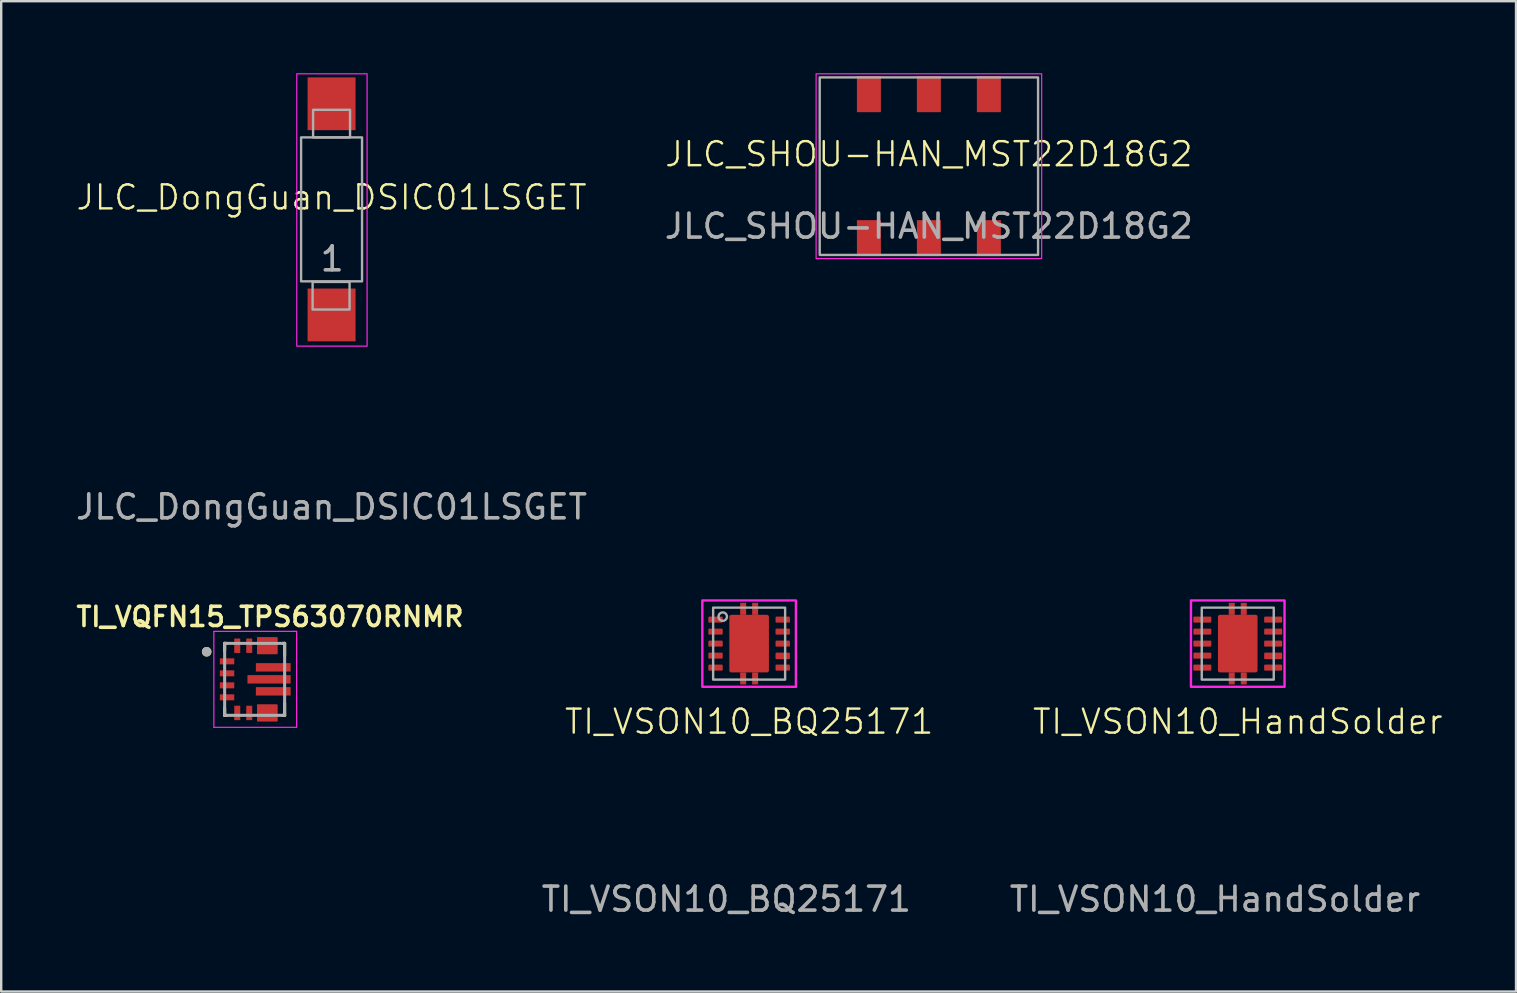
<source format=kicad_pcb>
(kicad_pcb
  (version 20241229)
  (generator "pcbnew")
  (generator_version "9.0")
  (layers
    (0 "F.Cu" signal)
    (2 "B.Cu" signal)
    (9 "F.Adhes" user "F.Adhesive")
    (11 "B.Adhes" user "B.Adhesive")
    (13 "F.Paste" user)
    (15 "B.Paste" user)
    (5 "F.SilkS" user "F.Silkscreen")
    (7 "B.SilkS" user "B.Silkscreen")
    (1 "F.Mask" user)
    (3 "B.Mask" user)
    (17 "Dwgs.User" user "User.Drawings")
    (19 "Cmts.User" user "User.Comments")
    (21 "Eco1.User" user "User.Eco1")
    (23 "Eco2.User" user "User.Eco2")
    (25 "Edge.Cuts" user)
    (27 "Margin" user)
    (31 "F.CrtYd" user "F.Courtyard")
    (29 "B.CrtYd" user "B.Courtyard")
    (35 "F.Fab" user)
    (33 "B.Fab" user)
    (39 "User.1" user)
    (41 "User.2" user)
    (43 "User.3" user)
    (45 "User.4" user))
  (footprint "JLC_SHOU-HAN_MST22D18G2"
    (layer "F.Cu")
    (at 35.661 3.875)
    (property "Reference" "JLC_SHOU-HAN_MST22D18G2" (at 0 -0.5 0) (unlocked yes) (layer "F.SilkS") (effects (font (size 1 1) (thickness 0.1))))
    (attr smd)
    (fp_rect (start -4.7 -3.85) (end 4.7 3.85) (stroke (width 0.05) (type default)) (fill no) (layer "F.CrtYd"))
    (fp_rect (start -4.55 -3.7) (end 4.55 3.7) (stroke (width 0.1) (type solid)) (fill no) (layer "F.Fab"))
    (fp_text user "${REFERENCE}" (at 0 2.5 0) (unlocked yes) (layer "F.Fab") (effects (font (size 1 1) (thickness 0.15))))
    (pad "1" smd rect (at -2.5 3) (size 1 1.5) (layers "F.Cu" "F.Mask" "F.Paste"))
    (pad "2" smd rect (at 0 3) (size 1 1.5) (layers "F.Cu" "F.Mask" "F.Paste"))
    (pad "3" smd rect (at 2.5 3) (size 1 1.5) (layers "F.Cu" "F.Mask" "F.Paste"))
    (pad "4" smd rect (at 2.5 -3) (size 1 1.5) (layers "F.Cu" "F.Mask" "F.Paste"))
    (pad "5" smd rect (at 0 -3) (size 1 1.5) (layers "F.Cu" "F.Mask" "F.Paste"))
    (pad "6" smd rect (at -2.5 -3) (size 1 1.5) (layers "F.Cu" "F.Mask" "F.Paste")))
  (footprint "TI_VSON10_HandSolder"
    (layer "F.Cu")
    (at 48.533 23.773)
    (property "Reference" "TI_VSON10_HandSolder" (at 0 3.25 0) (unlocked yes) (layer "F.SilkS") (effects (font (size 1 1) (thickness 0.1))))
    (attr smd)
    (fp_rect (start -1.95 -1.8) (end 1.95 1.8) (stroke (width 0.1) (type solid)) (fill no) (layer "F.CrtYd"))
    (fp_rect (start -1.5 -1.5) (end 1.5 1.5) (stroke (width 0.1) (type solid)) (fill no) (layer "F.Fab"))
    (fp_text user "${REFERENCE}" (at -0.95 10.65 0) (unlocked yes) (layer "F.Fab") (effects (font (size 1 1) (thickness 0.15))))
    (pad "1" smd roundrect (at -1.475 -1) (size 0.75 0.25) (layers "F.Cu" "F.Mask" "F.Paste") (roundrect_rratio 0.15))
    (pad "2" smd roundrect (at -1.475 -0.5) (size 0.75 0.25) (layers "F.Cu" "F.Mask" "F.Paste") (roundrect_rratio 0.15))
    (pad "3" smd roundrect (at -1.475 0) (size 0.75 0.25) (layers "F.Cu" "F.Mask" "F.Paste") (roundrect_rratio 0.15))
    (pad "4" smd roundrect (at -1.475 0.5) (size 0.75 0.25) (layers "F.Cu" "F.Mask" "F.Paste") (roundrect_rratio 0.15))
    (pad "5" smd roundrect (at -1.475 1) (size 0.75 0.25) (layers "F.Cu" "F.Mask" "F.Paste") (roundrect_rratio 0.15))
    (pad "6" smd roundrect (at 1.475 1) (size 0.75 0.25) (layers "F.Cu" "F.Mask" "F.Paste") (roundrect_rratio 0.15))
    (pad "7" smd roundrect (at 1.475 0.512) (size 0.75 0.275) (layers "F.Cu" "F.Mask" "F.Paste") (roundrect_rratio 0.15))
    (pad "8" smd roundrect (at 1.475 0) (size 0.75 0.25) (layers "F.Cu" "F.Mask" "F.Paste") (roundrect_rratio 0.15))
    (pad "9" smd roundrect (at 1.475 -0.5) (size 0.75 0.25) (layers "F.Cu" "F.Mask" "F.Paste") (roundrect_rratio 0.15))
    (pad "10" smd roundrect (at 1.475 -1) (size 0.75 0.25) (layers "F.Cu" "F.Mask" "F.Paste") (roundrect_rratio 0.15))
    (pad "GND" smd rect (at -0.25 -1.45) (size 0.25 0.5) (layers "F.Cu" "F.Mask" "F.Paste"))
    (pad "GND" smd rect (at -0.25 1.45) (size 0.25 0.5) (layers "F.Cu" "F.Mask" "F.Paste"))
    (pad "GND" smd roundrect (at 0 0) (size 1.65 2.4) (layers "F.Cu" "F.Mask" "F.Paste") (roundrect_rratio 0.05))
    (pad "GND" smd rect (at 0.25 -1.45) (size 0.25 0.5) (layers "F.Cu" "F.Mask" "F.Paste"))
    (pad "GND" smd rect (at 0.25 1.45) (size 0.25 0.5) (layers "F.Cu" "F.Mask" "F.Paste")))
  (footprint "TI_VQFN15_TPS63070RNMR"
    (layer "F.Cu")
    (at 7.562 25.262)
    (property "Reference" "TI_VQFN15_TPS63070RNMR" (at 0.64 -2.608 0) (layer "F.SilkS") (effects (font (size 0.8 0.8) (thickness 0.15))))
    (attr smd)
    (fp_poly (pts (xy -1.5 -0.925) (xy -0.8 -0.925) (xy -0.8 -0.575) (xy -1.5 -0.575)) (stroke (width 0.01) (type solid)) (fill yes) (layer "F.Mask"))
    (fp_poly (pts (xy -1.5 -0.425) (xy -0.8 -0.425) (xy -0.8 -0.075) (xy -1.5 -0.075)) (stroke (width 0.01) (type solid)) (fill yes) (layer "F.Mask"))
    (fp_poly (pts (xy -1.5 0.075) (xy -0.8 0.075) (xy -0.8 0.425) (xy -1.5 0.425)) (stroke (width 0.01) (type solid)) (fill yes) (layer "F.Mask"))
    (fp_poly (pts (xy -1.5 0.575) (xy -0.8 0.575) (xy -0.8 0.925) (xy -1.5 0.925)) (stroke (width 0.01) (type solid)) (fill yes) (layer "F.Mask"))
    (fp_poly (pts (xy -0.9 -1.75) (xy -0.55 -1.75) (xy -0.55 -1.05) (xy -0.9 -1.05)) (stroke (width 0.01) (type solid)) (fill yes) (layer "F.Mask"))
    (fp_poly (pts (xy -0.9 1.05) (xy -0.55 1.05) (xy -0.55 1.75) (xy -0.9 1.75)) (stroke (width 0.01) (type solid)) (fill yes) (layer "F.Mask"))
    (fp_poly (pts (xy -0.4 -1.75) (xy -0.05 -1.75) (xy -0.05 -1.05) (xy -0.4 -1.05)) (stroke (width 0.01) (type solid)) (fill yes) (layer "F.Mask"))
    (fp_poly (pts (xy -0.4 1.05) (xy -0.05 1.05) (xy -0.05 1.75) (xy -0.4 1.75)) (stroke (width 0.01) (type solid)) (fill yes) (layer "F.Mask"))
    (fp_poly (pts (xy -0.25 -0.125) (xy 1.45 -0.125) (xy 1.45 0.125) (xy -0.25 0.125)) (stroke (width 0.01) (type solid)) (fill yes) (layer "F.Mask"))
    (fp_poly (pts (xy 0.1 -0.625) (xy 1.45 -0.625) (xy 1.45 -0.375) (xy 0.1 -0.375)) (stroke (width 0.01) (type solid)) (fill yes) (layer "F.Mask"))
    (fp_poly (pts (xy 0.1 0.375) (xy 1.45 0.375) (xy 1.45 0.625) (xy 0.1 0.625)) (stroke (width 0.01) (type solid)) (fill yes) (layer "F.Mask"))
    (fp_poly (pts (xy 0.15 1.1) (xy 0.9 1.1) (xy 0.9 1.7) (xy 0.65 1.7) (xy 0.65 1.35) (xy 0.4 1.35) (xy 0.4 1.7) (xy 0.15 1.7)) (stroke (width 0.01) (type solid)) (fill yes) (layer "F.Mask"))
    (fp_poly (pts (xy 0.9 -1.1) (xy 0.15 -1.1) (xy 0.15 -1.7) (xy 0.4 -1.7) (xy 0.4 -1.35) (xy 0.65 -1.35) (xy 0.65 -1.7) (xy 0.9 -1.7)) (stroke (width 0.01) (type solid)) (fill yes) (layer "F.Mask"))
    (fp_line (start -1.25 -1.5) (end -1.25 -1.195) (stroke (width 0.127) (type solid)) (layer "F.SilkS"))
    (fp_line (start -1.25 1.5) (end -1.25 1.195) (stroke (width 0.127) (type solid)) (layer "F.SilkS"))
    (fp_line (start -1.17 -1.5) (end -1.25 -1.5) (stroke (width 0.127) (type solid)) (layer "F.SilkS"))
    (fp_line (start -1.17 1.5) (end -1.25 1.5) (stroke (width 0.127) (type solid)) (layer "F.SilkS"))
    (fp_line (start 1.17 -1.5) (end 1.25 -1.5) (stroke (width 0.127) (type solid)) (layer "F.SilkS"))
    (fp_line (start 1.25 -1.5) (end 1.25 -0.995) (stroke (width 0.127) (type solid)) (layer "F.SilkS"))
    (fp_line (start 1.25 0.995) (end 1.25 1.5) (stroke (width 0.127) (type solid)) (layer "F.SilkS"))
    (fp_line (start 1.25 1.5) (end 1.17 1.5) (stroke (width 0.127) (type solid)) (layer "F.SilkS"))
    (fp_circle (center -2 -1.15) (end -1.9 -1.15) (stroke (width 0.2) (type solid)) (fill no) (layer "F.SilkS"))
    (fp_poly (pts (xy -0.22 -0.125) (xy 0.5 -0.125) (xy 0.5 0.125) (xy -0.22 0.125)) (stroke (width 0.01) (type solid)) (fill yes) (layer "F.Paste"))
    (fp_poly (pts (xy 0.101 -0.625) (xy 0.675 -0.625) (xy 0.675 -0.375) (xy 0.101 -0.375)) (stroke (width 0.01) (type solid)) (fill yes) (layer "F.Paste"))
    (fp_poly (pts (xy 0.101 0.375) (xy 0.675 0.375) (xy 0.675 0.625) (xy 0.101 0.625)) (stroke (width 0.01) (type solid)) (fill yes) (layer "F.Paste"))
    (fp_poly (pts (xy 0.7 -0.125) (xy 1.42 -0.125) (xy 1.42 0.125) (xy 0.7 0.125)) (stroke (width 0.01) (type solid)) (fill yes) (layer "F.Paste"))
    (fp_poly (pts (xy 0.875 -0.625) (xy 1.45 -0.625) (xy 1.45 -0.375) (xy 0.875 -0.375)) (stroke (width 0.01) (type solid)) (fill yes) (layer "F.Paste"))
    (fp_poly (pts (xy 0.875 0.375) (xy 1.45 0.375) (xy 1.45 0.625) (xy 0.875 0.625)) (stroke (width 0.01) (type solid)) (fill yes) (layer "F.Paste"))
    (fp_poly (pts (xy 0.15 1.1) (xy 0.9 1.1) (xy 0.9 1.7) (xy 0.65 1.7) (xy 0.65 1.35) (xy 0.4 1.35) (xy 0.4 1.7) (xy 0.15 1.7)) (stroke (width 0.01) (type solid)) (fill yes) (layer "F.Paste"))
    (fp_poly (pts (xy 0.9 -1.1) (xy 0.15 -1.1) (xy 0.15 -1.7) (xy 0.4 -1.7) (xy 0.4 -1.35) (xy 0.65 -1.35) (xy 0.65 -1.7) (xy 0.9 -1.7)) (stroke (width 0.01) (type solid)) (fill yes) (layer "F.Paste"))
    (fp_line (start -1.7 -2) (end 1.75 -2) (stroke (width 0.05) (type solid)) (layer "F.CrtYd"))
    (fp_line (start -1.7 2) (end -1.7 -2) (stroke (width 0.05) (type solid)) (layer "F.CrtYd"))
    (fp_line (start 1.75 -2) (end 1.75 2) (stroke (width 0.05) (type solid)) (layer "F.CrtYd"))
    (fp_line (start 1.75 2) (end -1.7 2) (stroke (width 0.05) (type solid)) (layer "F.CrtYd"))
    (fp_line (start -1.25 -1.5) (end 1.25 -1.5) (stroke (width 0.127) (type solid)) (layer "F.Fab"))
    (fp_line (start -1.25 1.5) (end -1.25 -1.5) (stroke (width 0.127) (type solid)) (layer "F.Fab"))
    (fp_line (start 1.25 -1.5) (end 1.25 1.5) (stroke (width 0.127) (type solid)) (layer "F.Fab"))
    (fp_line (start 1.25 1.5) (end -1.25 1.5) (stroke (width 0.127) (type solid)) (layer "F.Fab"))
    (fp_circle (center -2 -1.15) (end -1.9 -1.15) (stroke (width 0.2) (type solid)) (fill no) (layer "F.Fab"))
    (pad "1" smd roundrect (at -1.15 -0.75) (size 0.6 0.25) (layers "F.Cu" "F.Paste") (roundrect_rratio 0.025))
    (pad "2" smd roundrect (at -1.15 -0.25) (size 0.6 0.25) (layers "F.Cu" "F.Paste") (roundrect_rratio 0.025))
    (pad "3" smd roundrect (at -1.15 0.25) (size 0.6 0.25) (layers "F.Cu" "F.Paste") (roundrect_rratio 0.025))
    (pad "4" smd roundrect (at -1.15 0.75) (size 0.6 0.25) (layers "F.Cu" "F.Paste") (roundrect_rratio 0.025))
    (pad "5" smd roundrect (at -0.725 1.4) (size 0.25 0.6) (layers "F.Cu" "F.Paste") (roundrect_rratio 0.025))
    (pad "6" smd roundrect (at -0.225 1.4) (size 0.25 0.6) (layers "F.Cu" "F.Paste") (roundrect_rratio 0.025))
    (pad "7" smd roundrect (at 0.525 1.4) (size 0.85 0.7) (layers "F.Cu") (roundrect_rratio 0.025))
    (pad "8" smd roundrect (at 0.525 1.4) (size 0.85 0.7) (layers "F.Cu") (roundrect_rratio 0.025))
    (pad "9" smd roundrect (at 0.775 0.5) (size 1.45 0.35) (layers "F.Cu") (roundrect_rratio 0.025))
    (pad "10" smd roundrect (at 0.6 0) (size 1.8 0.35) (layers "F.Cu") (roundrect_rratio 0.025))
    (pad "11" smd roundrect (at 0.775 -0.5) (size 1.45 0.35) (layers "F.Cu") (roundrect_rratio 0.025))
    (pad "12" smd roundrect (at 0.525 -1.4) (size 0.85 0.7) (layers "F.Cu") (roundrect_rratio 0.025))
    (pad "13" smd roundrect (at 0.525 -1.4) (size 0.85 0.7) (layers "F.Cu") (roundrect_rratio 0.025))
    (pad "14" smd roundrect (at -0.225 -1.4) (size 0.25 0.6) (layers "F.Cu" "F.Paste") (roundrect_rratio 0.025))
    (pad "15" smd roundrect (at -0.725 -1.4) (size 0.25 0.6) (layers "F.Cu" "F.Paste") (roundrect_rratio 0.025)))
  (footprint "TI_VSON10_BQ25171"
    (layer "F.Cu")
    (at 28.17 23.773)
    (property "Reference" "TI_VSON10_BQ25171" (at 0 3.25 0) (unlocked yes) (layer "F.SilkS") (effects (font (size 1 1) (thickness 0.1))))
    (attr smd)
    (fp_rect (start -1.95 -1.8) (end 1.95 1.8) (stroke (width 0.1) (type solid)) (fill no) (layer "F.CrtYd"))
    (fp_rect (start -1.5 -1.5) (end 1.5 1.5) (stroke (width 0.1) (type solid)) (fill no) (layer "F.Fab"))
    (fp_circle (center -1.1 -1.125) (end -0.925 -1.125) (stroke (width 0.1) (type default)) (fill no) (layer "F.Fab"))
    (fp_text user "${REFERENCE}" (at -0.95 10.65 0) (unlocked yes) (layer "F.Fab") (effects (font (size 1 1) (thickness 0.15))))
    (pad "1" smd roundrect (at -1.4 -1) (size 0.6 0.25) (layers "F.Cu" "F.Mask" "F.Paste") (roundrect_rratio 0.15))
    (pad "2" smd roundrect (at -1.4 -0.5) (size 0.6 0.25) (layers "F.Cu" "F.Mask" "F.Paste") (roundrect_rratio 0.15))
    (pad "3" smd roundrect (at -1.4 0) (size 0.6 0.25) (layers "F.Cu" "F.Mask" "F.Paste") (roundrect_rratio 0.15))
    (pad "4" smd roundrect (at -1.4 0.5) (size 0.6 0.25) (layers "F.Cu" "F.Mask" "F.Paste") (roundrect_rratio 0.15))
    (pad "5" smd roundrect (at -1.4 1) (size 0.6 0.25) (layers "F.Cu" "F.Mask" "F.Paste") (roundrect_rratio 0.15))
    (pad "6" smd roundrect (at 1.4 1) (size 0.6 0.25) (layers "F.Cu" "F.Mask" "F.Paste") (roundrect_rratio 0.15))
    (pad "7" smd roundrect (at 1.4 0.512) (size 0.6 0.275) (layers "F.Cu" "F.Mask" "F.Paste") (roundrect_rratio 0.15))
    (pad "8" smd roundrect (at 1.4 0) (size 0.6 0.25) (layers "F.Cu" "F.Mask" "F.Paste") (roundrect_rratio 0.15))
    (pad "9" smd roundrect (at 1.4 -0.5) (size 0.6 0.25) (layers "F.Cu" "F.Mask" "F.Paste") (roundrect_rratio 0.15))
    (pad "10" smd roundrect (at 1.4 -1) (size 0.6 0.25) (layers "F.Cu" "F.Mask" "F.Paste") (roundrect_rratio 0.15))
    (pad "GND" smd rect (at -0.25 -1.45) (size 0.25 0.5) (layers "F.Cu" "F.Mask" "F.Paste"))
    (pad "GND" smd rect (at -0.25 1.45) (size 0.25 0.5) (layers "F.Cu" "F.Mask" "F.Paste"))
    (pad "GND" smd roundrect (at 0 0) (size 1.65 2.4) (layers "F.Cu" "F.Mask" "F.Paste") (roundrect_rratio 0.05))
    (pad "GND" smd rect (at 0.25 -1.45) (size 0.25 0.5) (layers "F.Cu" "F.Mask" "F.Paste"))
    (pad "GND" smd rect (at 0.25 1.45) (size 0.25 0.5) (layers "F.Cu" "F.Mask" "F.Paste")))
  (footprint "JLC_DongGuan_DSIC01LSGET"
    (layer "F.Cu")
    (at 10.768 5.675)
    (property "Reference" "JLC_DongGuan_DSIC01LSGET" (at 0 -0.5 0) (unlocked yes) (layer "F.SilkS") (effects (font (size 1 1) (thickness 0.1))))
    (attr smd)
    (fp_rect (start -1.45 -5.65) (end 1.48 5.7) (stroke (width 0.05) (type default)) (fill no) (layer "F.CrtYd"))
    (fp_rect (start -1.27 -3) (end 1.27 3) (stroke (width 0.1) (type solid)) (fill no) (layer "F.Fab"))
    (fp_rect (start -0.79 3.025) (end 0.75 4.175) (stroke (width 0.1) (type solid)) (fill no) (layer "F.Fab"))
    (fp_rect (start -0.77 -4.15) (end 0.77 -3) (stroke (width 0.1) (type solid)) (fill no) (layer "F.Fab"))
    (fp_text user "${REFERENCE}" (at 0 12.4 0) (unlocked yes) (layer "F.Fab") (effects (font (size 1 1) (thickness 0.15))))
    (fp_text user "1" (at -0.55 2.65 0) (unlocked yes) (layer "F.Fab") (effects (font (size 1 1) (thickness 0.15)) (justify left bottom)))
    (pad "1" smd rect (at 0 -4.4) (size 2 2.2) (layers "F.Cu" "F.Mask" "F.Paste"))
    (pad "2" smd rect (at 0 4.4) (size 2 2.2) (layers "F.Cu" "F.Mask" "F.Paste")))
  (gr_rect
    (start -3 -3)
    (end 60.13 38.272)
    (stroke (width 0.1) (type default))
    (fill no)
    (layer "Edge.Cuts")))
</source>
